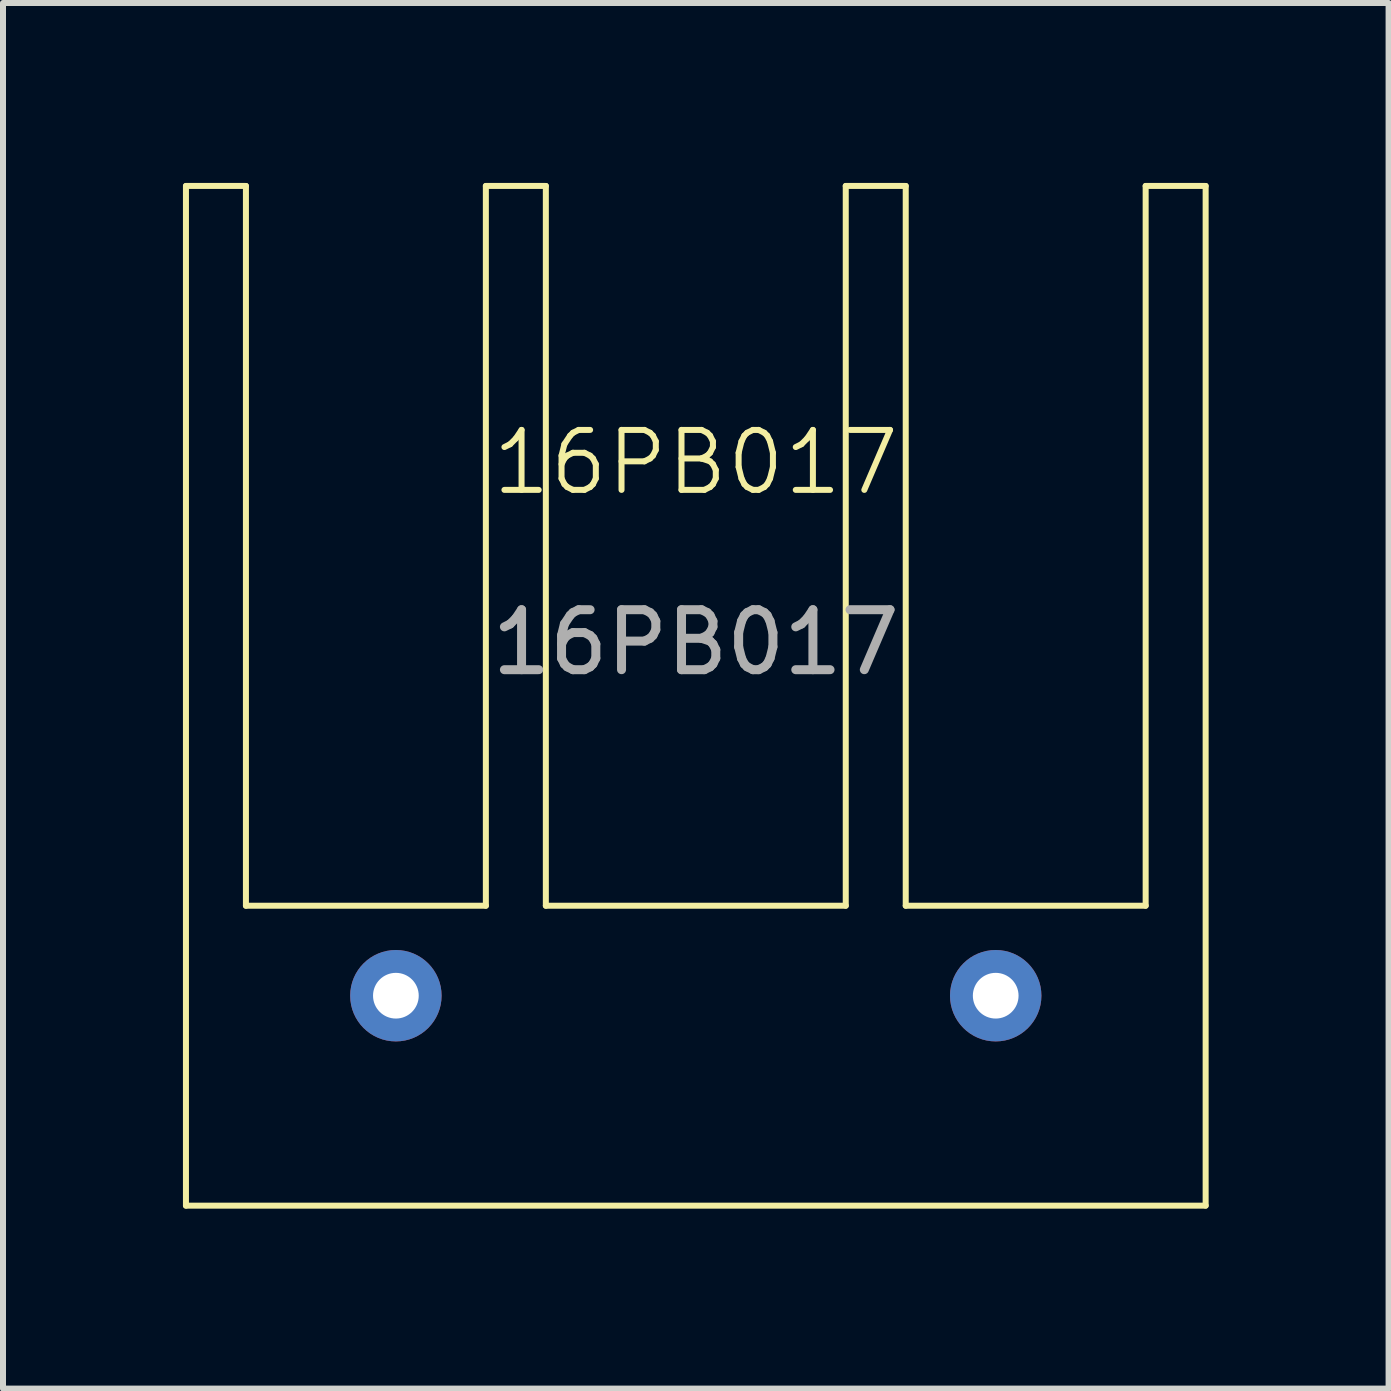
<source format=kicad_pcb>
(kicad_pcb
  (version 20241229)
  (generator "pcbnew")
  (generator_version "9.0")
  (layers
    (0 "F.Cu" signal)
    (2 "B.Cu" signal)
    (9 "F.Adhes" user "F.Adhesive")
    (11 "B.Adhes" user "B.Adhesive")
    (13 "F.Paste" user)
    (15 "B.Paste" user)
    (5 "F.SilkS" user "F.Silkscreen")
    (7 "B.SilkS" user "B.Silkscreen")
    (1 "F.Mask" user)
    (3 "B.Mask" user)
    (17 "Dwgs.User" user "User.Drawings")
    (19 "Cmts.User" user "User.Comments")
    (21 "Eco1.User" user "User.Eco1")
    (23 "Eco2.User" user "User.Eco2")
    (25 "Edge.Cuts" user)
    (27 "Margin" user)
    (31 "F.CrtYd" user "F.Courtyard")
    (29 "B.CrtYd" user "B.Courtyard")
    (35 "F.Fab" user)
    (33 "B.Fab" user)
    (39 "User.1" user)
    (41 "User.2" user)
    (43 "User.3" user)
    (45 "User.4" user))
  (footprint "16PB017"
    (layer "F.Cu")
    (at 8.55 13.55)
    (property "Reference" "16PB017" (at 0 -8.89 0) (unlocked yes) (layer "F.SilkS") (effects (font (size 1 1) (thickness 0.1))))
    (attr through_hole)
    (fp_line (start -8.5 -13.5) (end -7.5 -13.5) (stroke (width 0.1) (type default)) (layer "F.SilkS"))
    (fp_line (start -8.5 3.5) (end -8.5 -13.5) (stroke (width 0.1) (type default)) (layer "F.SilkS"))
    (fp_line (start -7.5 -13.5) (end -7.5 -1.5) (stroke (width 0.1) (type default)) (layer "F.SilkS"))
    (fp_line (start -7.5 -1.5) (end -3.5 -1.5) (stroke (width 0.1) (type default)) (layer "F.SilkS"))
    (fp_line (start -3.5 -13.5) (end -2.5 -13.5) (stroke (width 0.1) (type default)) (layer "F.SilkS"))
    (fp_line (start -3.5 -1.5) (end -3.5 -13.5) (stroke (width 0.1) (type default)) (layer "F.SilkS"))
    (fp_line (start -2.5 -13.5) (end -2.5 -1.5) (stroke (width 0.1) (type default)) (layer "F.SilkS"))
    (fp_line (start -2.5 -1.5) (end 2.5 -1.5) (stroke (width 0.1) (type default)) (layer "F.SilkS"))
    (fp_line (start 2.5 -13.5) (end 2.5 -1.5) (stroke (width 0.1) (type default)) (layer "F.SilkS"))
    (fp_line (start 3.5 -13.5) (end 2.5 -13.5) (stroke (width 0.1) (type default)) (layer "F.SilkS"))
    (fp_line (start 3.5 -1.5) (end 3.5 -13.5) (stroke (width 0.1) (type default)) (layer "F.SilkS"))
    (fp_line (start 7.5 -13.5) (end 7.5 -1.5) (stroke (width 0.1) (type default)) (layer "F.SilkS"))
    (fp_line (start 7.5 -1.5) (end 3.5 -1.5) (stroke (width 0.1) (type default)) (layer "F.SilkS"))
    (fp_line (start 8.5 -13.5) (end 7.5 -13.5) (stroke (width 0.1) (type default)) (layer "F.SilkS"))
    (fp_line (start 8.5 3.5) (end -8.5 3.5) (stroke (width 0.1) (type default)) (layer "F.SilkS"))
    (fp_line (start 8.5 3.5) (end 8.5 -13.5) (stroke (width 0.1) (type default)) (layer "F.SilkS"))
    (fp_text user "${REFERENCE}" (at 0 -5.89 0) (unlocked yes) (layer "F.Fab") (effects (font (size 1 1) (thickness 0.15))))
    (pad "1" thru_hole circle (at -5 0) (size 1.524 1.524) (drill 0.762) (layers "*.Cu" "*.Mask"))
    (pad "2" thru_hole circle (at 5 0) (size 1.524 1.524) (drill 0.762) (layers "*.Cu" "*.Mask")))
  (gr_rect
    (start -3 -3)
    (end 20.1 20.1)
    (stroke (width 0.1) (type default))
    (fill no)
    (layer "Edge.Cuts")))
</source>
